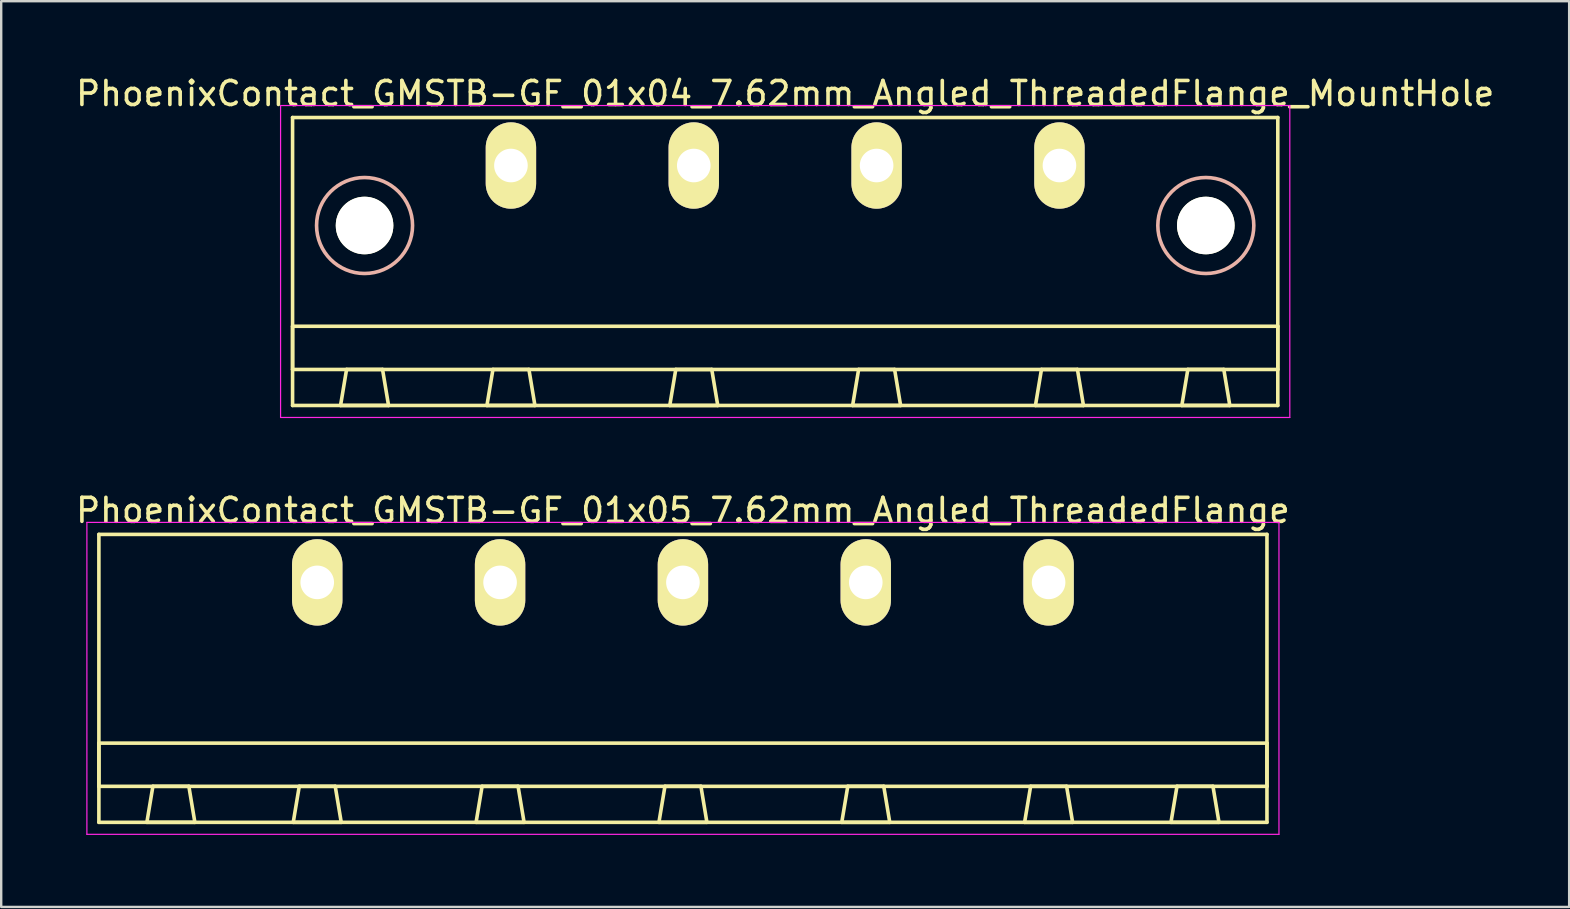
<source format=kicad_pcb>
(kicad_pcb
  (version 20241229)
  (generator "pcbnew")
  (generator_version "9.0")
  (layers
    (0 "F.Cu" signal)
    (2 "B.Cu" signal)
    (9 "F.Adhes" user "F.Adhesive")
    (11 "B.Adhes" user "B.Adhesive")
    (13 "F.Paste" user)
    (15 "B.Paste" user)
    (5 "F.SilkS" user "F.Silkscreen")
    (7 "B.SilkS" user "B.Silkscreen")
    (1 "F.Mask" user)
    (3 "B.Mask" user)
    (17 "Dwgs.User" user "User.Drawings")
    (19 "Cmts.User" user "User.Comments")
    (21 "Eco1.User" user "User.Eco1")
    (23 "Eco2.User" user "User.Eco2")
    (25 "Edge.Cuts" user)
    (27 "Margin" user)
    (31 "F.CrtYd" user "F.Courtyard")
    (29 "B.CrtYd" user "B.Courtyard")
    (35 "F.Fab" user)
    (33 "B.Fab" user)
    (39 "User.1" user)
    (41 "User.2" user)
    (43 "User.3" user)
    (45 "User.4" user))
  (footprint "PhoenixContact_GMSTB-GF_01x04_7.62mm_Angled_ThreadedFlange_MountHole"
    (layer "F.Cu")
    (at 18.243 3.848)
    (property "Reference" "PhoenixContact_GMSTB-GF_01x04_7.62mm_Angled_ThreadedFlange_MountHole" (at 11.43 -3 0) (layer "F.SilkS") (effects (font (size 1 1) (thickness 0.15))))
    (attr through_hole)
    (fp_line (start -9.1 -2) (end -9.1 10) (stroke (width 0.15) (type solid)) (layer "F.SilkS"))
    (fp_line (start -9.1 6.7) (end 31.96 6.7) (stroke (width 0.15) (type solid)) (layer "F.SilkS"))
    (fp_line (start -9.1 8.5) (end -9.1 6.7) (stroke (width 0.15) (type solid)) (layer "F.SilkS"))
    (fp_line (start -9.1 10) (end 31.96 10) (stroke (width 0.15) (type solid)) (layer "F.SilkS"))
    (fp_line (start -7.1 10) (end -5.1 10) (stroke (width 0.15) (type solid)) (layer "F.SilkS"))
    (fp_line (start -6.85 8.5) (end -7.1 10) (stroke (width 0.15) (type solid)) (layer "F.SilkS"))
    (fp_line (start -5.35 8.5) (end -6.85 8.5) (stroke (width 0.15) (type solid)) (layer "F.SilkS"))
    (fp_line (start -5.1 10) (end -5.35 8.5) (stroke (width 0.15) (type solid)) (layer "F.SilkS"))
    (fp_line (start -1 10) (end 1 10) (stroke (width 0.15) (type solid)) (layer "F.SilkS"))
    (fp_line (start -0.75 8.5) (end -1 10) (stroke (width 0.15) (type solid)) (layer "F.SilkS"))
    (fp_line (start 0.75 8.5) (end -0.75 8.5) (stroke (width 0.15) (type solid)) (layer "F.SilkS"))
    (fp_line (start 1 10) (end 0.75 8.5) (stroke (width 0.15) (type solid)) (layer "F.SilkS"))
    (fp_line (start 6.62 10) (end 8.62 10) (stroke (width 0.15) (type solid)) (layer "F.SilkS"))
    (fp_line (start 6.87 8.5) (end 6.62 10) (stroke (width 0.15) (type solid)) (layer "F.SilkS"))
    (fp_line (start 8.37 8.5) (end 6.87 8.5) (stroke (width 0.15) (type solid)) (layer "F.SilkS"))
    (fp_line (start 8.62 10) (end 8.37 8.5) (stroke (width 0.15) (type solid)) (layer "F.SilkS"))
    (fp_line (start 14.24 10) (end 16.24 10) (stroke (width 0.15) (type solid)) (layer "F.SilkS"))
    (fp_line (start 14.49 8.5) (end 14.24 10) (stroke (width 0.15) (type solid)) (layer "F.SilkS"))
    (fp_line (start 15.99 8.5) (end 14.49 8.5) (stroke (width 0.15) (type solid)) (layer "F.SilkS"))
    (fp_line (start 16.24 10) (end 15.99 8.5) (stroke (width 0.15) (type solid)) (layer "F.SilkS"))
    (fp_line (start 21.86 10) (end 23.86 10) (stroke (width 0.15) (type solid)) (layer "F.SilkS"))
    (fp_line (start 22.11 8.5) (end 21.86 10) (stroke (width 0.15) (type solid)) (layer "F.SilkS"))
    (fp_line (start 23.61 8.5) (end 22.11 8.5) (stroke (width 0.15) (type solid)) (layer "F.SilkS"))
    (fp_line (start 23.86 10) (end 23.61 8.5) (stroke (width 0.15) (type solid)) (layer "F.SilkS"))
    (fp_line (start 27.96 10) (end 29.96 10) (stroke (width 0.15) (type solid)) (layer "F.SilkS"))
    (fp_line (start 28.21 8.5) (end 27.96 10) (stroke (width 0.15) (type solid)) (layer "F.SilkS"))
    (fp_line (start 29.71 8.5) (end 28.21 8.5) (stroke (width 0.15) (type solid)) (layer "F.SilkS"))
    (fp_line (start 29.96 10) (end 29.71 8.5) (stroke (width 0.15) (type solid)) (layer "F.SilkS"))
    (fp_line (start 31.96 -2) (end -9.1 -2) (stroke (width 0.15) (type solid)) (layer "F.SilkS"))
    (fp_line (start 31.96 6.7) (end 31.96 8.5) (stroke (width 0.15) (type solid)) (layer "F.SilkS"))
    (fp_line (start 31.96 8.5) (end -9.1 8.5) (stroke (width 0.15) (type solid)) (layer "F.SilkS"))
    (fp_line (start 31.96 10) (end 31.96 -2) (stroke (width 0.15) (type solid)) (layer "F.SilkS"))
    (fp_circle (center -6.1 2.5) (end -4.1 2.5) (stroke (width 0.15) (type solid)) (fill no) (layer "B.SilkS"))
    (fp_circle (center 28.96 2.5) (end 30.96 2.5) (stroke (width 0.15) (type solid)) (fill no) (layer "B.SilkS"))
    (fp_line (start -9.6 -2.5) (end -9.6 10.5) (stroke (width 0.05) (type solid)) (layer "F.CrtYd"))
    (fp_line (start -9.6 10.5) (end 32.46 10.5) (stroke (width 0.05) (type solid)) (layer "F.CrtYd"))
    (fp_line (start 32.46 -2.5) (end -9.6 -2.5) (stroke (width 0.05) (type solid)) (layer "F.CrtYd"))
    (fp_line (start 32.46 10.5) (end 32.46 -2.5) (stroke (width 0.05) (type solid)) (layer "F.CrtYd"))
    (pad "" np_thru_hole circle (at -6.1 2.5) (size 2.4 2.4) (drill 2.4) (layers "*.Cu" "*.Mask" "F.SilkS"))
    (pad "" np_thru_hole circle (at 28.96 2.5) (size 2.4 2.4) (drill 2.4) (layers "*.Cu" "*.Mask" "F.SilkS"))
    (pad "1" thru_hole oval (at 0 0) (size 2.1 3.6) (drill 1.4) (layers "*.Cu" "*.Mask" "F.SilkS"))
    (pad "2" thru_hole oval (at 7.62 0) (size 2.1 3.6) (drill 1.4) (layers "*.Cu" "*.Mask" "F.SilkS"))
    (pad "3" thru_hole oval (at 15.24 0) (size 2.1 3.6) (drill 1.4) (layers "*.Cu" "*.Mask" "F.SilkS"))
    (pad "4" thru_hole oval (at 22.86 0) (size 2.1 3.6) (drill 1.4) (layers "*.Cu" "*.Mask" "F.SilkS")))
  (footprint "PhoenixContact_GMSTB-GF_01x05_7.62mm_Angled_ThreadedFlange"
    (layer "F.Cu")
    (at 10.171 21.221)
    (property "Reference" "PhoenixContact_GMSTB-GF_01x05_7.62mm_Angled_ThreadedFlange" (at 15.24 -3 0) (layer "F.SilkS") (effects (font (size 1 1) (thickness 0.15))))
    (attr through_hole)
    (fp_line (start -9.1 -2) (end -9.1 10) (stroke (width 0.15) (type solid)) (layer "F.SilkS"))
    (fp_line (start -9.1 6.7) (end 39.58 6.7) (stroke (width 0.15) (type solid)) (layer "F.SilkS"))
    (fp_line (start -9.1 8.5) (end -9.1 6.7) (stroke (width 0.15) (type solid)) (layer "F.SilkS"))
    (fp_line (start -9.1 10) (end 39.58 10) (stroke (width 0.15) (type solid)) (layer "F.SilkS"))
    (fp_line (start -7.1 10) (end -5.1 10) (stroke (width 0.15) (type solid)) (layer "F.SilkS"))
    (fp_line (start -6.85 8.5) (end -7.1 10) (stroke (width 0.15) (type solid)) (layer "F.SilkS"))
    (fp_line (start -5.35 8.5) (end -6.85 8.5) (stroke (width 0.15) (type solid)) (layer "F.SilkS"))
    (fp_line (start -5.1 10) (end -5.35 8.5) (stroke (width 0.15) (type solid)) (layer "F.SilkS"))
    (fp_line (start -1 10) (end 1 10) (stroke (width 0.15) (type solid)) (layer "F.SilkS"))
    (fp_line (start -0.75 8.5) (end -1 10) (stroke (width 0.15) (type solid)) (layer "F.SilkS"))
    (fp_line (start 0.75 8.5) (end -0.75 8.5) (stroke (width 0.15) (type solid)) (layer "F.SilkS"))
    (fp_line (start 1 10) (end 0.75 8.5) (stroke (width 0.15) (type solid)) (layer "F.SilkS"))
    (fp_line (start 6.62 10) (end 8.62 10) (stroke (width 0.15) (type solid)) (layer "F.SilkS"))
    (fp_line (start 6.87 8.5) (end 6.62 10) (stroke (width 0.15) (type solid)) (layer "F.SilkS"))
    (fp_line (start 8.37 8.5) (end 6.87 8.5) (stroke (width 0.15) (type solid)) (layer "F.SilkS"))
    (fp_line (start 8.62 10) (end 8.37 8.5) (stroke (width 0.15) (type solid)) (layer "F.SilkS"))
    (fp_line (start 14.24 10) (end 16.24 10) (stroke (width 0.15) (type solid)) (layer "F.SilkS"))
    (fp_line (start 14.49 8.5) (end 14.24 10) (stroke (width 0.15) (type solid)) (layer "F.SilkS"))
    (fp_line (start 15.99 8.5) (end 14.49 8.5) (stroke (width 0.15) (type solid)) (layer "F.SilkS"))
    (fp_line (start 16.24 10) (end 15.99 8.5) (stroke (width 0.15) (type solid)) (layer "F.SilkS"))
    (fp_line (start 21.86 10) (end 23.86 10) (stroke (width 0.15) (type solid)) (layer "F.SilkS"))
    (fp_line (start 22.11 8.5) (end 21.86 10) (stroke (width 0.15) (type solid)) (layer "F.SilkS"))
    (fp_line (start 23.61 8.5) (end 22.11 8.5) (stroke (width 0.15) (type solid)) (layer "F.SilkS"))
    (fp_line (start 23.86 10) (end 23.61 8.5) (stroke (width 0.15) (type solid)) (layer "F.SilkS"))
    (fp_line (start 29.48 10) (end 31.48 10) (stroke (width 0.15) (type solid)) (layer "F.SilkS"))
    (fp_line (start 29.73 8.5) (end 29.48 10) (stroke (width 0.15) (type solid)) (layer "F.SilkS"))
    (fp_line (start 31.23 8.5) (end 29.73 8.5) (stroke (width 0.15) (type solid)) (layer "F.SilkS"))
    (fp_line (start 31.48 10) (end 31.23 8.5) (stroke (width 0.15) (type solid)) (layer "F.SilkS"))
    (fp_line (start 35.58 10) (end 37.58 10) (stroke (width 0.15) (type solid)) (layer "F.SilkS"))
    (fp_line (start 35.83 8.5) (end 35.58 10) (stroke (width 0.15) (type solid)) (layer "F.SilkS"))
    (fp_line (start 37.33 8.5) (end 35.83 8.5) (stroke (width 0.15) (type solid)) (layer "F.SilkS"))
    (fp_line (start 37.58 10) (end 37.33 8.5) (stroke (width 0.15) (type solid)) (layer "F.SilkS"))
    (fp_line (start 39.58 -2) (end -9.1 -2) (stroke (width 0.15) (type solid)) (layer "F.SilkS"))
    (fp_line (start 39.58 6.7) (end 39.58 8.5) (stroke (width 0.15) (type solid)) (layer "F.SilkS"))
    (fp_line (start 39.58 8.5) (end -9.1 8.5) (stroke (width 0.15) (type solid)) (layer "F.SilkS"))
    (fp_line (start 39.58 10) (end 39.58 -2) (stroke (width 0.15) (type solid)) (layer "F.SilkS"))
    (fp_line (start -9.6 -2.5) (end -9.6 10.5) (stroke (width 0.05) (type solid)) (layer "F.CrtYd"))
    (fp_line (start -9.6 10.5) (end 40.08 10.5) (stroke (width 0.05) (type solid)) (layer "F.CrtYd"))
    (fp_line (start 40.08 -2.5) (end -9.6 -2.5) (stroke (width 0.05) (type solid)) (layer "F.CrtYd"))
    (fp_line (start 40.08 10.5) (end 40.08 -2.5) (stroke (width 0.05) (type solid)) (layer "F.CrtYd"))
    (pad "1" thru_hole oval (at 0 0) (size 2.1 3.6) (drill 1.4) (layers "*.Cu" "*.Mask" "F.SilkS"))
    (pad "2" thru_hole oval (at 7.62 0) (size 2.1 3.6) (drill 1.4) (layers "*.Cu" "*.Mask" "F.SilkS"))
    (pad "3" thru_hole oval (at 15.24 0) (size 2.1 3.6) (drill 1.4) (layers "*.Cu" "*.Mask" "F.SilkS"))
    (pad "4" thru_hole oval (at 22.86 0) (size 2.1 3.6) (drill 1.4) (layers "*.Cu" "*.Mask" "F.SilkS"))
    (pad "5" thru_hole oval (at 30.48 0) (size 2.1 3.6) (drill 1.4) (layers "*.Cu" "*.Mask" "F.SilkS")))
  (gr_rect
    (start -3 -3)
    (end 62.345 34.746)
    (stroke (width 0.1) (type default))
    (fill no)
    (layer "Edge.Cuts")))
</source>
